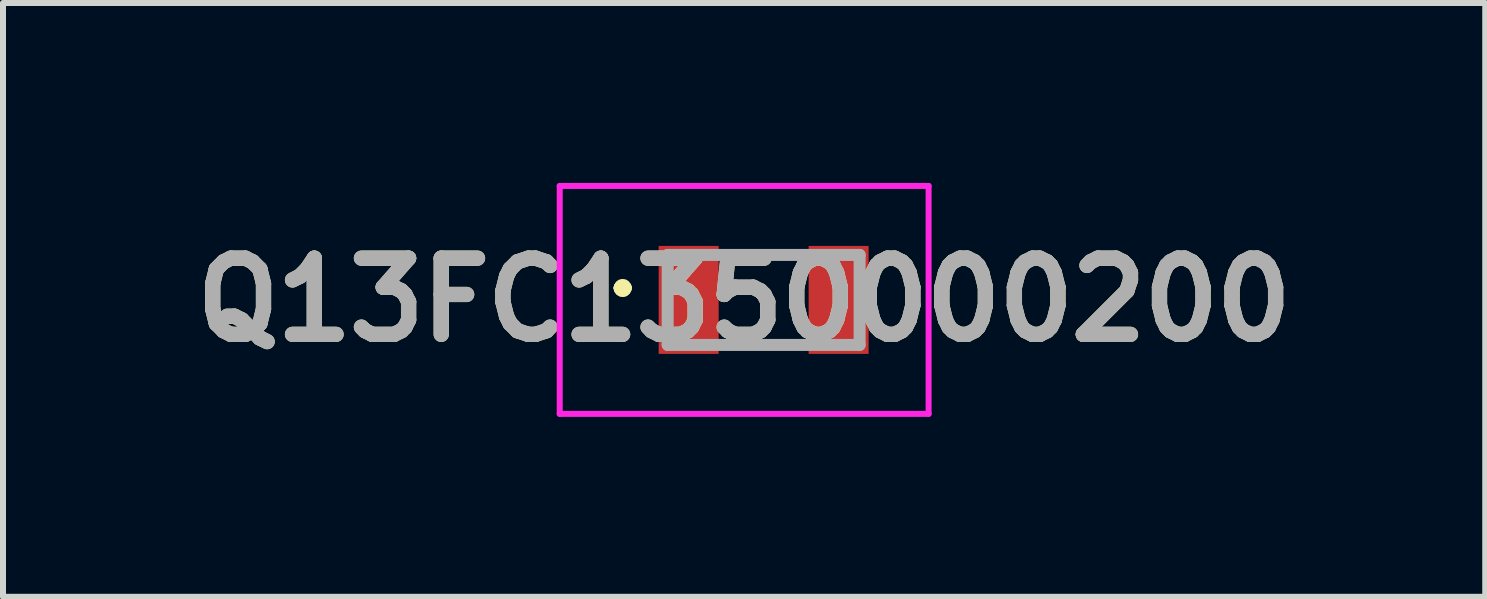
<source format=kicad_pcb>
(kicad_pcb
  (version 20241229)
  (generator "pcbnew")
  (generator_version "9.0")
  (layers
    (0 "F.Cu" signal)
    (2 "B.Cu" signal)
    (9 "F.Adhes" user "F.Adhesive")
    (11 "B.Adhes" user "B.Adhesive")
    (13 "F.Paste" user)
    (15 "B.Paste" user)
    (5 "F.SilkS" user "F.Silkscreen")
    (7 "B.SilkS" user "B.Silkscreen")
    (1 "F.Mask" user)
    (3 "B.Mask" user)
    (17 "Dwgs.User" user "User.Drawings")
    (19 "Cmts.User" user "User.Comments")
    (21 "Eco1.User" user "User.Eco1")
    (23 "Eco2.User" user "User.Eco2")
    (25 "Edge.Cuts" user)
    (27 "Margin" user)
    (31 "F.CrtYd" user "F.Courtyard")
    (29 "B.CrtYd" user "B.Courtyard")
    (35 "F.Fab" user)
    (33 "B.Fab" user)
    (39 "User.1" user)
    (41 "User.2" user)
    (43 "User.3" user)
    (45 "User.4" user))
  (footprint "Q13FC1350000200"
    (layer "F.Cu")
    (at 9.681 1.95)
    (property "Reference" "Q13FC1350000200" (at -0.325 0 0) (layer "F.SilkS") (effects (font (size 1.27 1.27) (thickness 0.254))))
    (attr smd)
    (fp_line (start -2.4 -0.2) (end -2.4 -0.2) (stroke (width 0.2) (type solid)) (layer "F.SilkS"))
    (fp_line (start -2.4 -0.2) (end -2.4 -0.2) (stroke (width 0.2) (type solid)) (layer "F.SilkS"))
    (fp_line (start -2.3 -0.2) (end -2.3 -0.2) (stroke (width 0.2) (type solid)) (layer "F.SilkS"))
    (fp_line (start -0.25 -0.75) (end -0.25 -0.75) (stroke (width 0.1) (type solid)) (layer "F.SilkS"))
    (fp_line (start -0.25 -0.75) (end 0.25 -0.75) (stroke (width 0.1) (type solid)) (layer "F.SilkS"))
    (fp_line (start -0.25 0.75) (end -0.25 0.75) (stroke (width 0.1) (type solid)) (layer "F.SilkS"))
    (fp_line (start -0.25 0.75) (end 0.25 0.75) (stroke (width 0.1) (type solid)) (layer "F.SilkS"))
    (fp_line (start 0.25 -0.75) (end -0.25 -0.75) (stroke (width 0.1) (type solid)) (layer "F.SilkS"))
    (fp_line (start 0.25 -0.75) (end 0.25 -0.75) (stroke (width 0.1) (type solid)) (layer "F.SilkS"))
    (fp_line (start 0.25 0.75) (end -0.25 0.75) (stroke (width 0.1) (type solid)) (layer "F.SilkS"))
    (fp_line (start 0.25 0.75) (end 0.25 0.75) (stroke (width 0.1) (type solid)) (layer "F.SilkS"))
    (fp_arc (start -2.4 -0.2) (mid -2.35 -0.25) (end -2.3 -0.2) (stroke (width 0.2) (type solid)) (layer "F.SilkS"))
    (fp_arc (start -2.3 -0.2) (mid -2.35 -0.15) (end -2.4 -0.2) (stroke (width 0.2) (type solid)) (layer "F.SilkS"))
    (fp_arc (start -2.3 -0.2) (mid -2.35 -0.15) (end -2.4 -0.2) (stroke (width 0.2) (type solid)) (layer "F.SilkS"))
    (fp_line (start -3.4 -1.9) (end 2.75 -1.9) (stroke (width 0.1) (type solid)) (layer "F.CrtYd"))
    (fp_line (start -3.4 1.9) (end -3.4 -1.9) (stroke (width 0.1) (type solid)) (layer "F.CrtYd"))
    (fp_line (start 2.75 -1.9) (end 2.75 1.9) (stroke (width 0.1) (type solid)) (layer "F.CrtYd"))
    (fp_line (start 2.75 1.9) (end -3.4 1.9) (stroke (width 0.1) (type solid)) (layer "F.CrtYd"))
    (fp_line (start -1.6 -0.75) (end -1.6 0.75) (stroke (width 0.2) (type solid)) (layer "F.Fab"))
    (fp_line (start -1.6 0.75) (end 1.6 0.75) (stroke (width 0.2) (type solid)) (layer "F.Fab"))
    (fp_line (start 1.6 -0.75) (end -1.6 -0.75) (stroke (width 0.2) (type solid)) (layer "F.Fab"))
    (fp_line (start 1.6 0.75) (end 1.6 -0.75) (stroke (width 0.2) (type solid)) (layer "F.Fab"))
    (fp_text user "${REFERENCE}" (at -0.325 0 0) (layer "F.Fab") (effects (font (size 1.27 1.27) (thickness 0.254))))
    (pad "1" smd rect (at -1.25 0) (size 1 1.8) (layers "F.Cu" "F.Mask" "F.Paste"))
    (pad "2" smd rect (at 1.25 0) (size 1 1.8) (layers "F.Cu" "F.Mask" "F.Paste")))
  (gr_rect
    (start -3 -3)
    (end 21.711 6.9)
    (stroke (width 0.1) (type default))
    (fill no)
    (layer "Edge.Cuts")))
</source>
